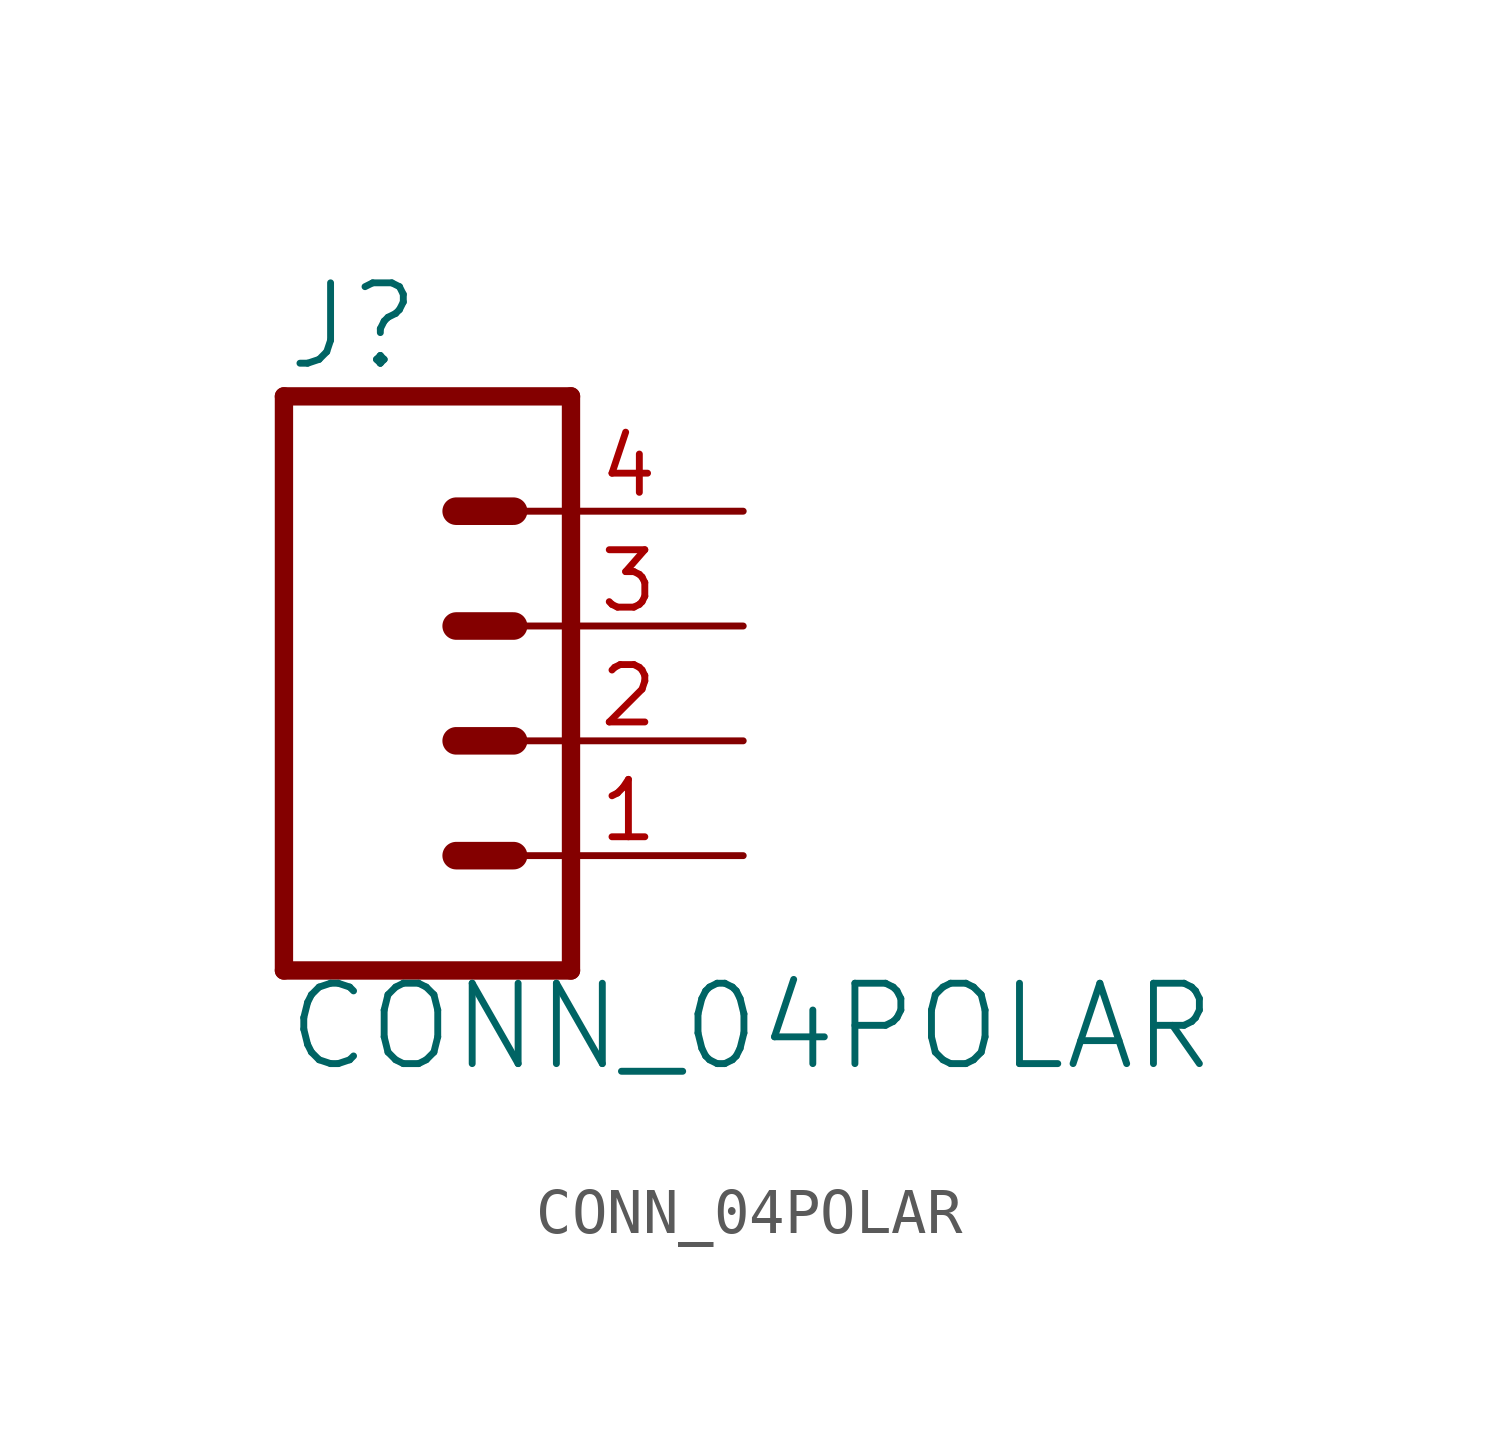
<source format=kicad_sym>
(kicad_symbol_lib
  (version 20211014)
  (generator kicad_symbol_editor)
  (symbol "CONN_04POLAR"
    (property "Reference" "J"
      (at -5.08 8.128 0)
      (effects (font (size 1.778 1.778)) (justify left bottom)))
    (property "Value" "CONN_04POLAR"
      (at -5.08 -7.366 0)
      (effects (font (size 1.778 1.778)) (justify left bottom)))
    (property "ki_locked" ""
      (at 0 0 0)
      (effects (font (size 1.27 1.27))))
    (symbol "CONN_04POLAR_1_0"
      (polyline (pts (xy -5.08 7.62) (xy -5.08 -5.08)) (stroke (width 0.406) (type default) (color 0 0 0 0)) (fill (type none)))
      (polyline (pts (xy -5.08 7.62) (xy 1.27 7.62)) (stroke (width 0.406) (type default) (color 0 0 0 0)) (fill (type none)))
      (polyline (pts (xy -1.27 -2.54) (xy 0 -2.54)) (stroke (width 0.61) (type default) (color 0 0 0 0)) (fill (type none)))
      (polyline (pts (xy -1.27 0) (xy 0 0)) (stroke (width 0.61) (type default) (color 0 0 0 0)) (fill (type none)))
      (polyline (pts (xy -1.27 2.54) (xy 0 2.54)) (stroke (width 0.61) (type default) (color 0 0 0 0)) (fill (type none)))
      (polyline (pts (xy -1.27 5.08) (xy 0 5.08)) (stroke (width 0.61) (type default) (color 0 0 0 0)) (fill (type none)))
      (polyline (pts (xy 1.27 -5.08) (xy -5.08 -5.08)) (stroke (width 0.406) (type default) (color 0 0 0 0)) (fill (type none)))
      (polyline (pts (xy 1.27 -5.08) (xy 1.27 7.62)) (stroke (width 0.406) (type default) (color 0 0 0 0)) (fill (type none)))
      (pin passive line (at 5.08 -2.54 180) (length 5.08) (name "1" (effects (font (size 0 0)))) (number "1" (effects (font (size 1.27 1.27)))))
      (pin passive line (at 5.08 0 180) (length 5.08) (name "2" (effects (font (size 0 0)))) (number "2" (effects (font (size 1.27 1.27)))))
      (pin passive line (at 5.08 2.54 180) (length 5.08) (name "3" (effects (font (size 0 0)))) (number "3" (effects (font (size 1.27 1.27)))))
      (pin passive line (at 5.08 5.08 180) (length 5.08) (name "4" (effects (font (size 0 0)))) (number "4" (effects (font (size 1.27 1.27))))))))
</source>
